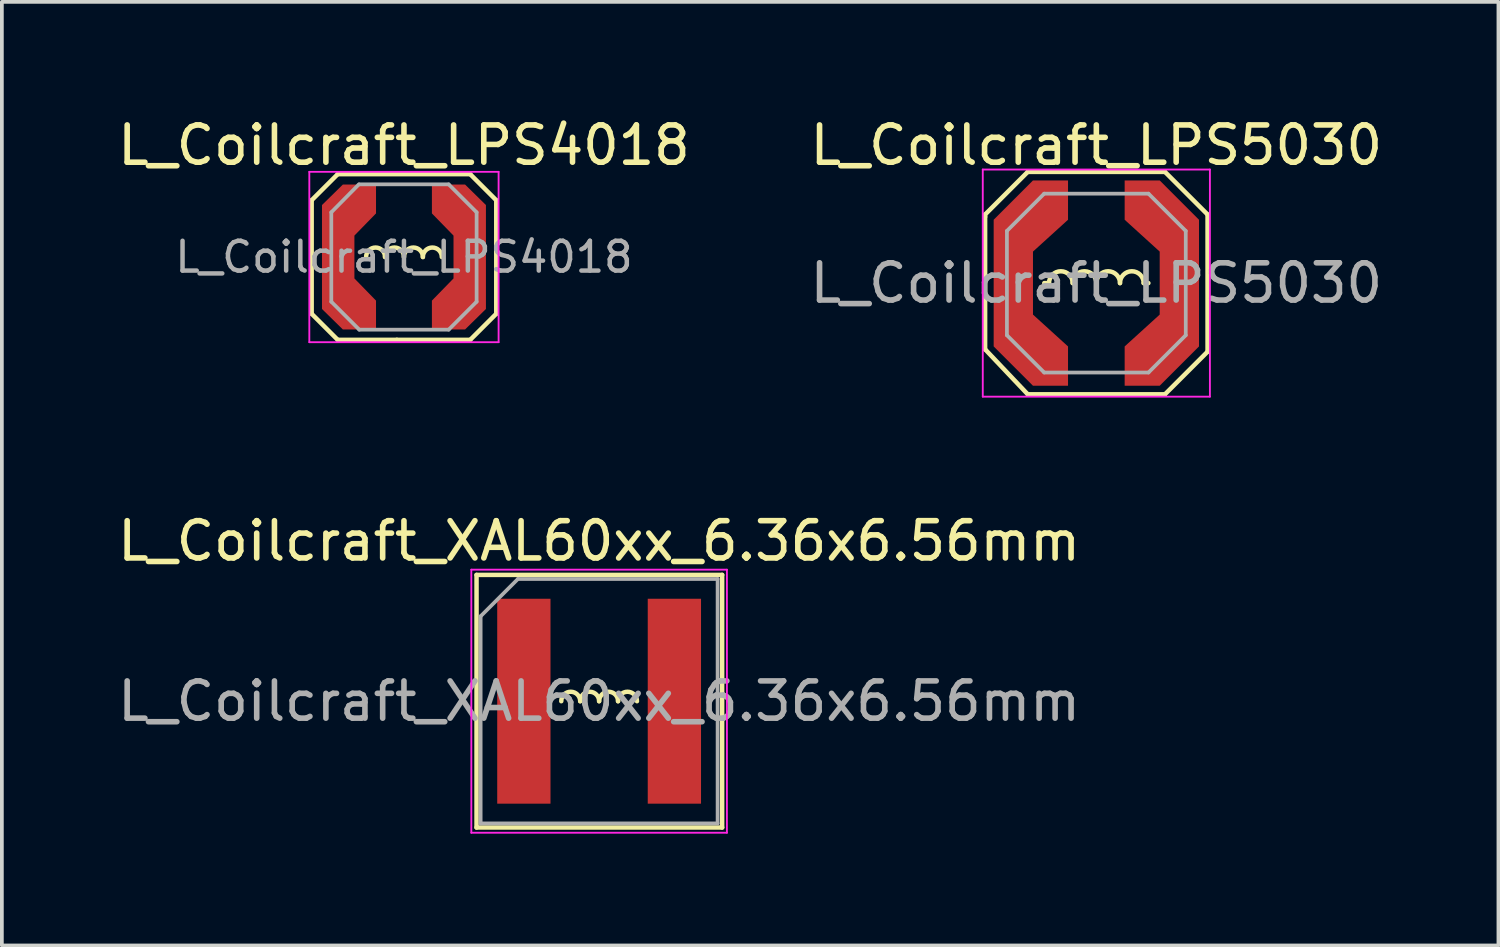
<source format=kicad_pcb>
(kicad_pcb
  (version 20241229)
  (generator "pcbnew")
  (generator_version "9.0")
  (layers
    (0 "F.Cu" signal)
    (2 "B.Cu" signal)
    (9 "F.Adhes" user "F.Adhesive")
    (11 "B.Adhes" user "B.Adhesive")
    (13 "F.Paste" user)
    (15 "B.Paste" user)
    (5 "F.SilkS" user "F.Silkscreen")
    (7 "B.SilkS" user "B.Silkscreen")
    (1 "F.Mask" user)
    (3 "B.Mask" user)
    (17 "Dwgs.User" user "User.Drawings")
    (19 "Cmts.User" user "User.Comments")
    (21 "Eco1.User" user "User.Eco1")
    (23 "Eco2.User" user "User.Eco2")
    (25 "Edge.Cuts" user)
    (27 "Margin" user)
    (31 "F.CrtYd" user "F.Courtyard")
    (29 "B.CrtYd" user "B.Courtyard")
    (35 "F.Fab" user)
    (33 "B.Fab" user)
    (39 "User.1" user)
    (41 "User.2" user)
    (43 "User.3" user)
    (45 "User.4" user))
  (footprint "L_Coilcraft_LPS5030"
    (layer "F.Cu")
    (at 26.375 4.548)
    (property "Reference" "L_Coilcraft_LPS5030" (at 0 -3.7 0) (layer "F.SilkS") (effects (font (size 1 1) (thickness 0.15))))
    (attr smd)
    (fp_line (start -2.985 -1.841) (end -1.841 -2.985) (stroke (width 0.12) (type solid)) (layer "F.SilkS"))
    (fp_line (start -2.985 -1.778) (end -2.985 -1.841) (stroke (width 0.12) (type solid)) (layer "F.SilkS"))
    (fp_line (start -2.985 1.778) (end -2.985 -1.778) (stroke (width 0.12) (type solid)) (layer "F.SilkS"))
    (fp_line (start -1.841 -2.985) (end 1.841 -2.985) (stroke (width 0.12) (type solid)) (layer "F.SilkS"))
    (fp_line (start -1.841 2.985) (end -2.985 1.778) (stroke (width 0.12) (type solid)) (layer "F.SilkS"))
    (fp_line (start -1.27 0) (end -1.397 0) (stroke (width 0.12) (type solid)) (layer "F.SilkS"))
    (fp_line (start 1.27 0) (end 1.397 0) (stroke (width 0.12) (type solid)) (layer "F.SilkS"))
    (fp_line (start 1.841 -2.985) (end 2.985 -1.841) (stroke (width 0.12) (type solid)) (layer "F.SilkS"))
    (fp_line (start 1.841 2.985) (end -1.841 2.985) (stroke (width 0.12) (type solid)) (layer "F.SilkS"))
    (fp_line (start 2.985 -1.841) (end 2.985 1.841) (stroke (width 0.12) (type solid)) (layer "F.SilkS"))
    (fp_line (start 2.985 1.841) (end 1.841 2.985) (stroke (width 0.12) (type solid)) (layer "F.SilkS"))
    (fp_arc (start -1.27 0) (mid -0.9525 -0.3175) (end -0.635 0) (stroke (width 0.12) (type solid)) (layer "F.SilkS"))
    (fp_arc (start -0.635 0) (mid -0.3175 -0.3175) (end 0 0) (stroke (width 0.12) (type solid)) (layer "F.SilkS"))
    (fp_arc (start 0 0) (mid 0.3175 -0.3175) (end 0.635 0) (stroke (width 0.12) (type solid)) (layer "F.SilkS"))
    (fp_arc (start 0.635 0) (mid 0.9525 -0.3175) (end 1.27 0) (stroke (width 0.12) (type solid)) (layer "F.SilkS"))
    (fp_line (start -3.048 -3.048) (end 3.048 -3.048) (stroke (width 0.05) (type solid)) (layer "F.CrtYd"))
    (fp_line (start -3.048 3.048) (end -3.048 -3.048) (stroke (width 0.05) (type solid)) (layer "F.CrtYd"))
    (fp_line (start 3.048 -3.048) (end 3.048 3.048) (stroke (width 0.05) (type solid)) (layer "F.CrtYd"))
    (fp_line (start 3.048 3.048) (end -3.048 3.048) (stroke (width 0.05) (type solid)) (layer "F.CrtYd"))
    (fp_line (start -2.4 -1.4) (end -1.4 -2.4) (stroke (width 0.1) (type solid)) (layer "F.Fab"))
    (fp_line (start -2.4 1.4) (end -2.4 -1.4) (stroke (width 0.1) (type solid)) (layer "F.Fab"))
    (fp_line (start -2.4 1.4) (end -1.4 2.4) (stroke (width 0.1) (type solid)) (layer "F.Fab"))
    (fp_line (start -1.4 -2.4) (end 1.4 -2.4) (stroke (width 0.1) (type solid)) (layer "F.Fab"))
    (fp_line (start 1.4 -2.4) (end 2.4 -1.4) (stroke (width 0.1) (type solid)) (layer "F.Fab"))
    (fp_line (start 1.4 2.4) (end -1.4 2.4) (stroke (width 0.1) (type solid)) (layer "F.Fab"))
    (fp_line (start 2.4 -1.4) (end 2.4 1.4) (stroke (width 0.1) (type solid)) (layer "F.Fab"))
    (fp_line (start 2.4 1.4) (end 1.4 2.4) (stroke (width 0.1) (type solid)) (layer "F.Fab"))
    (fp_text user "${REFERENCE}" (at 0 0 0) (layer "F.Fab") (effects (font (size 1 1) (thickness 0.15))))
    (pad "1" smd custom (at -2.228 0) (size 1.055 3.4) (layers "F.Cu" "F.Mask" "F.Paste") (options (anchor rect)) (primitives (gr_poly (pts (xy 1.468 -1.7) (xy 0.527 -0.845) (xy 0.527 0.845) (xy 1.468 1.7) (xy 1.468 2.755) (xy 0.527 2.755) (xy -0.527 1.7) (xy -0.527 -1.7) (xy 0.527 -2.755) (xy 1.468 -2.755)) (width 0) (fill yes))))
    (pad "2" smd custom (at 2.228 0) (size 1.055 3.4) (layers "F.Cu" "F.Mask" "F.Paste") (options (anchor rect)) (primitives (gr_poly (pts (xy 0.527 -1.7) (xy 0.527 1.7) (xy -0.527 2.755) (xy -1.468 2.755) (xy -1.468 1.7) (xy -0.527 0.845) (xy -0.527 -0.845) (xy -1.468 -1.7) (xy -1.468 -2.755) (xy -0.527 -2.755)) (width 0) (fill yes)))))
  (footprint "L_Coilcraft_LPS4018"
    (layer "F.Cu")
    (at 7.792 3.848)
    (property "Reference" "L_Coilcraft_LPS4018" (at 0 -3 0) (layer "F.SilkS") (effects (font (size 1 1) (thickness 0.15))))
    (attr smd)
    (fp_line (start -2.477 -1.524) (end -1.778 -2.223) (stroke (width 0.12) (type solid)) (layer "F.SilkS"))
    (fp_line (start -2.477 1.524) (end -2.477 -1.524) (stroke (width 0.12) (type solid)) (layer "F.SilkS"))
    (fp_line (start -1.778 -2.223) (end 1.778 -2.223) (stroke (width 0.12) (type solid)) (layer "F.SilkS"))
    (fp_line (start -1.778 2.223) (end -2.477 1.524) (stroke (width 0.12) (type solid)) (layer "F.SilkS"))
    (fp_line (start -0.191 2.223) (end -1.778 2.223) (stroke (width 0.12) (type solid)) (layer "F.SilkS"))
    (fp_line (start 1.778 -2.223) (end 2.477 -1.524) (stroke (width 0.12) (type solid)) (layer "F.SilkS"))
    (fp_line (start 1.778 2.223) (end -0.191 2.223) (stroke (width 0.12) (type solid)) (layer "F.SilkS"))
    (fp_line (start 2.477 -1.524) (end 2.477 1.524) (stroke (width 0.12) (type solid)) (layer "F.SilkS"))
    (fp_line (start 2.477 1.524) (end 1.778 2.223) (stroke (width 0.12) (type solid)) (layer "F.SilkS"))
    (fp_arc (start -1.016 0) (mid -0.762 -0.254) (end -0.508 0) (stroke (width 0.12) (type solid)) (layer "F.SilkS"))
    (fp_arc (start -0.508 0) (mid -0.254 -0.254) (end 0 0) (stroke (width 0.12) (type solid)) (layer "F.SilkS"))
    (fp_arc (start 0 0) (mid 0.254 -0.254) (end 0.508 0) (stroke (width 0.12) (type solid)) (layer "F.SilkS"))
    (fp_arc (start 0.508 0) (mid 0.762 -0.254) (end 1.016 0) (stroke (width 0.12) (type solid)) (layer "F.SilkS"))
    (fp_line (start -2.54 -2.286) (end -2.54 2.286) (stroke (width 0.05) (type solid)) (layer "F.CrtYd"))
    (fp_line (start -2.54 -2.286) (end 2.54 -2.286) (stroke (width 0.05) (type solid)) (layer "F.CrtYd"))
    (fp_line (start -2.54 2.286) (end 2.54 2.286) (stroke (width 0.05) (type solid)) (layer "F.CrtYd"))
    (fp_line (start 2.54 -2.286) (end 2.54 2.286) (stroke (width 0.05) (type solid)) (layer "F.CrtYd"))
    (fp_line (start -1.95 -1.2) (end -1.21 -1.95) (stroke (width 0.1) (type solid)) (layer "F.Fab"))
    (fp_line (start -1.95 1.2) (end -1.95 -1.2) (stroke (width 0.1) (type solid)) (layer "F.Fab"))
    (fp_line (start -1.95 1.2) (end -1.2 1.95) (stroke (width 0.1) (type solid)) (layer "F.Fab"))
    (fp_line (start -1.2 -1.95) (end 1.2 -1.95) (stroke (width 0.1) (type solid)) (layer "F.Fab"))
    (fp_line (start 1.2 -1.95) (end 1.95 -1.2) (stroke (width 0.1) (type solid)) (layer "F.Fab"))
    (fp_line (start 1.2 1.95) (end -1.2 1.95) (stroke (width 0.1) (type solid)) (layer "F.Fab"))
    (fp_line (start 1.2 1.95) (end 1.95 1.2) (stroke (width 0.1) (type solid)) (layer "F.Fab"))
    (fp_line (start 1.95 -1.2) (end 1.95 1.2) (stroke (width 0.1) (type solid)) (layer "F.Fab"))
    (fp_text user "${REFERENCE}" (at 0 0 0) (layer "F.Fab") (effects (font (size 0.8 0.8) (thickness 0.12))))
    (pad "1" smd custom (at -1.765 0) (size 0.87 2.79) (layers "F.Cu" "F.Mask" "F.Paste") (options (anchor rect)) (primitives (gr_poly (pts (xy 1.015 -1.17) (xy 0.435 -0.575) (xy 0.435 0.575) (xy 1.015 1.17) (xy 1.015 1.945) (xy 0.125 1.945) (xy -0.435 1.395) (xy -0.435 -1.395) (xy 0.125 -1.945) (xy 1.015 -1.945)) (width 0) (fill yes))))
    (pad "2" smd custom (at 1.765 0) (size 0.87 2.79) (layers "F.Cu" "F.Mask" "F.Paste") (options (anchor rect)) (primitives (gr_poly (pts (xy 0.435 -1.395) (xy 0.435 1.395) (xy -0.125 1.945) (xy -1.015 1.945) (xy -1.015 1.17) (xy -0.435 0.575) (xy -0.435 -0.575) (xy -1.015 -1.17) (xy -1.015 -1.945) (xy -0.125 -1.945)) (width 0) (fill yes)))))
  (footprint "L_Coilcraft_XAL60xx_6.36x6.56mm"
    (layer "F.Cu")
    (at 13.03 15.77)
    (property "Reference" "L_Coilcraft_XAL60xx_6.36x6.56mm" (at 0 -4.3 0) (layer "F.SilkS") (effects (font (size 1 1) (thickness 0.15))))
    (attr smd)
    (fp_line (start -3.29 -3.39) (end -3.29 3.39) (stroke (width 0.12) (type solid)) (layer "F.SilkS"))
    (fp_line (start -3.29 -3.39) (end 3.302 -3.39) (stroke (width 0.12) (type solid)) (layer "F.SilkS"))
    (fp_line (start -3.29 3.39) (end 3.302 3.39) (stroke (width 0.12) (type solid)) (layer "F.SilkS"))
    (fp_line (start 3.302 -3.39) (end 3.302 3.39) (stroke (width 0.12) (type solid)) (layer "F.SilkS"))
    (fp_arc (start -1.016 0) (mid -0.762 -0.254) (end -0.508 0) (stroke (width 0.12) (type solid)) (layer "F.SilkS"))
    (fp_arc (start -0.508 0) (mid -0.254 -0.254) (end 0 0) (stroke (width 0.12) (type solid)) (layer "F.SilkS"))
    (fp_arc (start 0 0) (mid 0.254 -0.254) (end 0.508 0) (stroke (width 0.12) (type solid)) (layer "F.SilkS"))
    (fp_arc (start 0.508 0) (mid 0.762 -0.254) (end 1.016 0) (stroke (width 0.12) (type solid)) (layer "F.SilkS"))
    (fp_line (start -3.43 -3.53) (end -3.43 3.53) (stroke (width 0.05) (type solid)) (layer "F.CrtYd"))
    (fp_line (start -3.43 -3.53) (end 3.43 -3.53) (stroke (width 0.05) (type solid)) (layer "F.CrtYd"))
    (fp_line (start -3.43 3.53) (end 3.43 3.53) (stroke (width 0.05) (type solid)) (layer "F.CrtYd"))
    (fp_line (start 3.43 -3.53) (end 3.43 3.53) (stroke (width 0.05) (type solid)) (layer "F.CrtYd"))
    (fp_line (start -3.18 -2.28) (end -3.18 3.28) (stroke (width 0.1) (type solid)) (layer "F.Fab"))
    (fp_line (start -3.18 -2.28) (end -2.18 -3.28) (stroke (width 0.1) (type solid)) (layer "F.Fab"))
    (fp_line (start -3.18 3.28) (end 3.18 3.28) (stroke (width 0.1) (type solid)) (layer "F.Fab"))
    (fp_line (start -2.18 -3.28) (end 3.18 -3.28) (stroke (width 0.1) (type solid)) (layer "F.Fab"))
    (fp_line (start 3.18 -3.28) (end 3.18 3.28) (stroke (width 0.1) (type solid)) (layer "F.Fab"))
    (fp_text user "${REFERENCE}" (at 0 0 0) (layer "F.Fab") (effects (font (size 1 1) (thickness 0.15))))
    (pad "1" smd rect (at -2.02 0) (size 1.43 5.5) (layers "F.Cu" "F.Mask" "F.Paste"))
    (pad "2" smd rect (at 2.02 0) (size 1.43 5.5) (layers "F.Cu" "F.Mask" "F.Paste")))
  (gr_rect
    (start -3 -3)
    (end 37.167 22.325)
    (stroke (width 0.1) (type default))
    (fill no)
    (layer "Edge.Cuts")))
</source>
